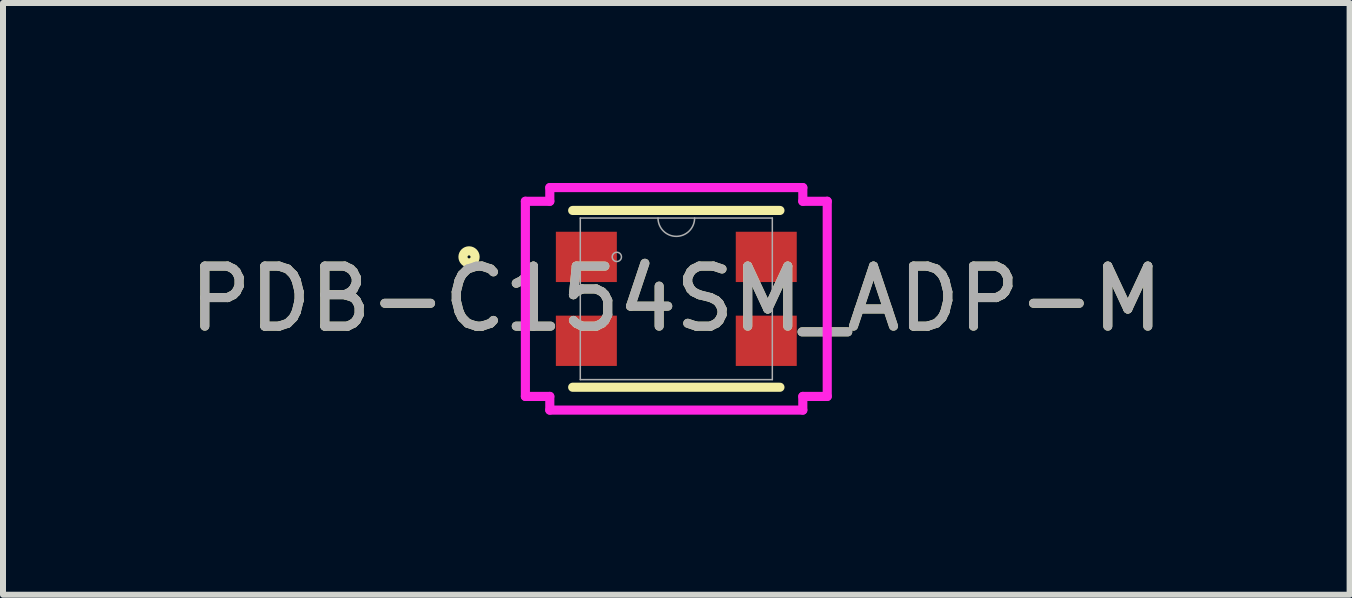
<source format=kicad_pcb>
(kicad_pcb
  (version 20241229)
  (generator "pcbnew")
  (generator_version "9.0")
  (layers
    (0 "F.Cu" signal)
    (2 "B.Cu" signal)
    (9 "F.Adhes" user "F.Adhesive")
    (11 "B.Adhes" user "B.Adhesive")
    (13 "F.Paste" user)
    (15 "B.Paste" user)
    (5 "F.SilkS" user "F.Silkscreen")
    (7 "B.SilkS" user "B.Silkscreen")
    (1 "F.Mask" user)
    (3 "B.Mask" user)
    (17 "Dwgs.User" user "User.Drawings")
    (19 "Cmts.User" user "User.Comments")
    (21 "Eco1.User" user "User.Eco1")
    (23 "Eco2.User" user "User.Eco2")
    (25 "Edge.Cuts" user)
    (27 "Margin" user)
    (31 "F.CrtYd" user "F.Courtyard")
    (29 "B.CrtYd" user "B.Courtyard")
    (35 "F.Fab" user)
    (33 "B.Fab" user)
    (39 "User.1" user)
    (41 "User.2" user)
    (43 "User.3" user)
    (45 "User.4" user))
  (footprint "PDB-C154SM_ADP-M"
    (layer "F.Cu")
    (at 8.22 1.93)
    (property "Reference" "PDB-C154SM_ADP-M" (at 0 0 0) (unlocked yes) (layer "F.SilkS") (effects (font (size 1 1) (thickness 0.15))))
    (attr smd)
    (fp_line (start -1.727 1.473) (end 1.727 1.473) (stroke (width 0.152) (type solid)) (layer "F.SilkS"))
    (fp_line (start 1.727 -1.473) (end -1.727 -1.473) (stroke (width 0.152) (type solid)) (layer "F.SilkS"))
    (fp_circle (center -3.454 -0.699) (end -3.353 -0.699) (stroke (width 0.152) (type solid)) (fill no) (layer "F.SilkS"))
    (fp_line (start -2.515 -1.626) (end -2.108 -1.626) (stroke (width 0.152) (type solid)) (layer "F.CrtYd"))
    (fp_line (start -2.515 1.626) (end -2.515 -1.626) (stroke (width 0.152) (type solid)) (layer "F.CrtYd"))
    (fp_line (start -2.515 1.626) (end -2.108 1.626) (stroke (width 0.152) (type solid)) (layer "F.CrtYd"))
    (fp_line (start -2.108 -1.854) (end 2.108 -1.854) (stroke (width 0.152) (type solid)) (layer "F.CrtYd"))
    (fp_line (start -2.108 -1.626) (end -2.108 -1.854) (stroke (width 0.152) (type solid)) (layer "F.CrtYd"))
    (fp_line (start -2.108 1.854) (end -2.108 1.626) (stroke (width 0.152) (type solid)) (layer "F.CrtYd"))
    (fp_line (start 2.108 -1.854) (end 2.108 -1.626) (stroke (width 0.152) (type solid)) (layer "F.CrtYd"))
    (fp_line (start 2.108 1.626) (end 2.108 1.854) (stroke (width 0.152) (type solid)) (layer "F.CrtYd"))
    (fp_line (start 2.108 1.854) (end -2.108 1.854) (stroke (width 0.152) (type solid)) (layer "F.CrtYd"))
    (fp_line (start 2.515 -1.626) (end 2.108 -1.626) (stroke (width 0.152) (type solid)) (layer "F.CrtYd"))
    (fp_line (start 2.515 -1.626) (end 2.515 1.626) (stroke (width 0.152) (type solid)) (layer "F.CrtYd"))
    (fp_line (start 2.515 1.626) (end 2.108 1.626) (stroke (width 0.152) (type solid)) (layer "F.CrtYd"))
    (fp_line (start -1.6 -1.346) (end -1.6 1.346) (stroke (width 0.025) (type solid)) (layer "F.Fab"))
    (fp_line (start -1.6 1.346) (end 1.6 1.346) (stroke (width 0.025) (type solid)) (layer "F.Fab"))
    (fp_line (start 1.6 -1.346) (end -1.6 -1.346) (stroke (width 0.025) (type solid)) (layer "F.Fab"))
    (fp_line (start 1.6 1.346) (end 1.6 -1.346) (stroke (width 0.025) (type solid)) (layer "F.Fab"))
    (fp_arc (start 0.3048 -1.3462) (mid 0 -1.0414) (end -0.3048 -1.3462) (stroke (width 0.0254) (type solid)) (layer "F.Fab"))
    (fp_circle (center -0.991 -0.699) (end -0.914 -0.699) (stroke (width 0.025) (type solid)) (fill no) (layer "F.Fab"))
    (fp_text user "${REFERENCE}" (at 0 0 0) (unlocked yes) (layer "F.Fab") (effects (font (size 1 1) (thickness 0.15))))
    (pad "1" smd rect (at -1.499 -0.699) (size 1.016 0.838) (layers "F.Cu" "F.Mask" "F.Paste"))
    (pad "2" smd rect (at -1.499 0.699) (size 1.016 0.838) (layers "F.Cu" "F.Mask" "F.Paste"))
    (pad "3" smd rect (at 1.499 0.699) (size 1.016 0.838) (layers "F.Cu" "F.Mask" "F.Paste"))
    (pad "4" smd rect (at 1.499 -0.699) (size 1.016 0.838) (layers "F.Cu" "F.Mask" "F.Paste")))
  (gr_rect
    (start -3 -3)
    (end 19.44 6.861)
    (stroke (width 0.1) (type default))
    (fill no)
    (layer "Edge.Cuts")))
</source>
